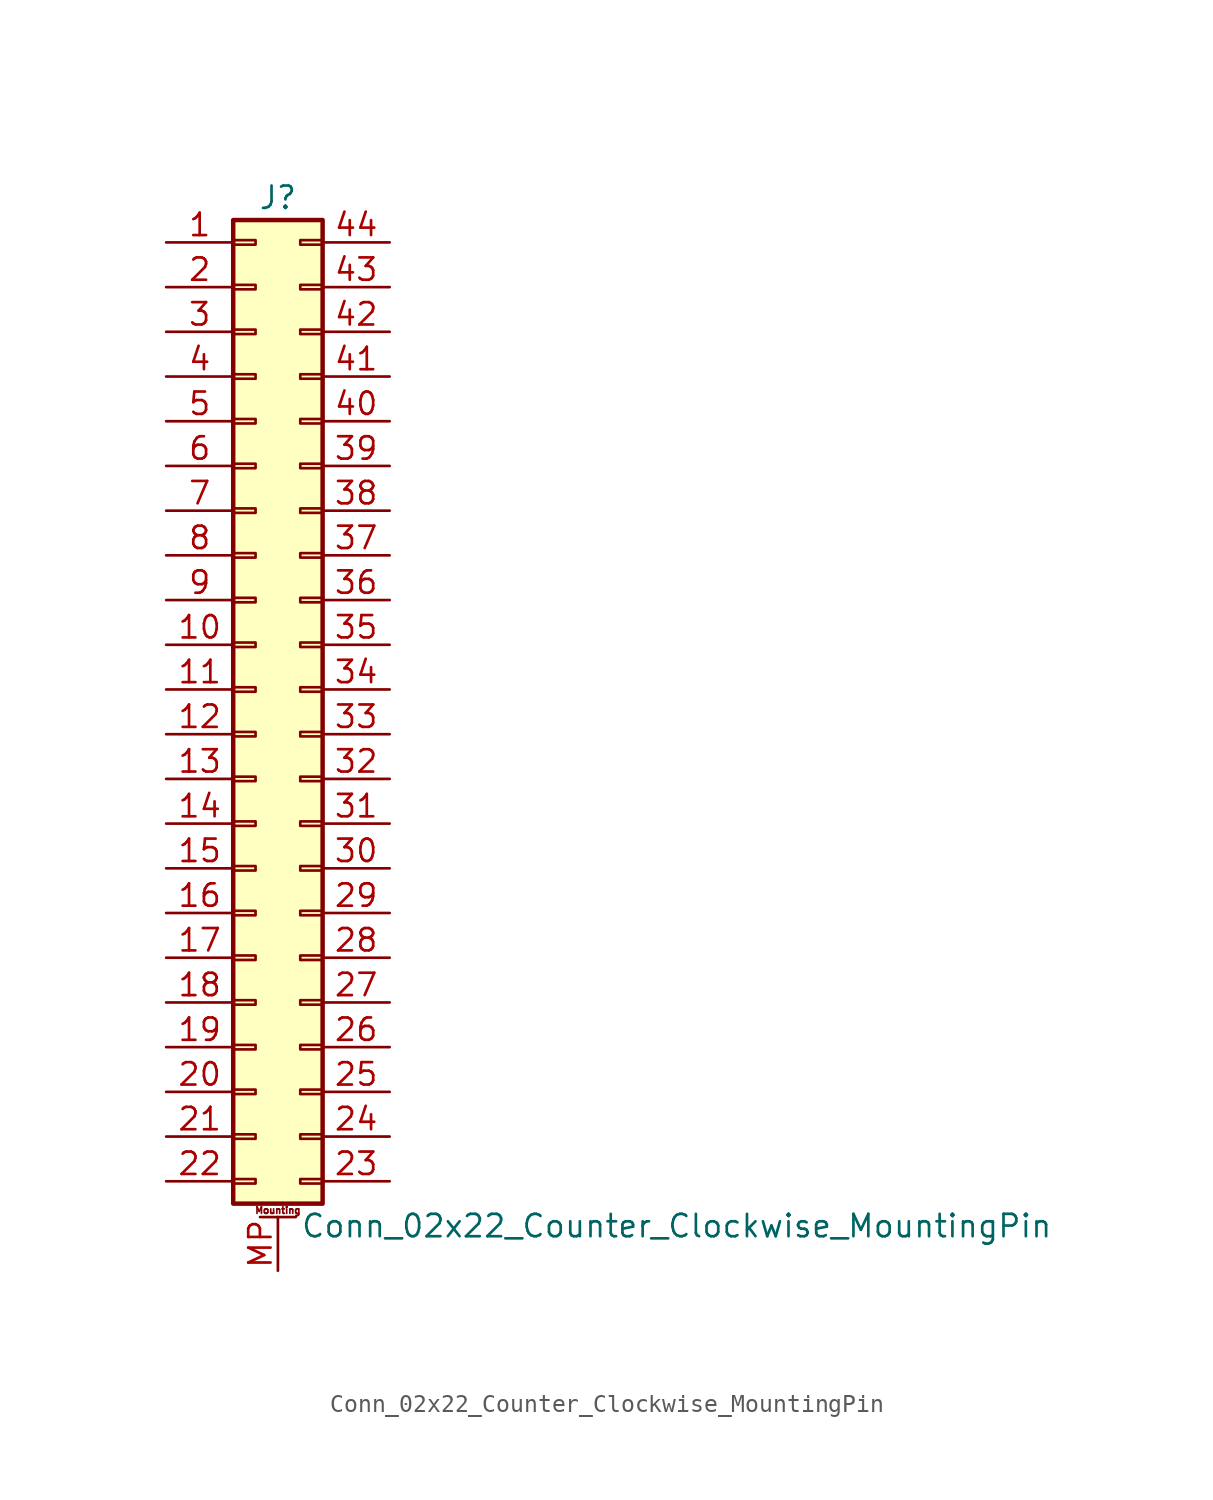
<source format=kicad_sym>
(kicad_symbol_lib
  (version 20201005)
  (generator kicad_symbol_editor)
  (symbol "Conn_02x22_Counter_Clockwise_MountingPin"
    (pin_names
      (offset 1.016) hide)
    (property "Reference" "J"
      (at 1.27 27.94 0)
      (effects (font (size 1.27 1.27))))
    (property "Value" "Conn_02x22_Counter_Clockwise_MountingPin"
      (at 2.54 -30.48 0)
      (effects (font (size 1.27 1.27)) (justify left)))
    (symbol "Conn_02x22_Counter_Clockwise_MountingPin_1_1"
      (text "Mounting" (at 1.27 -29.591 0) (effects (font (size 0.381 0.381))))
      (rectangle (start -1.27 -27.813) (end 0 -28.067) (stroke (width 0.152)) (fill (type none)))
      (rectangle (start -1.27 -25.273) (end 0 -25.527) (stroke (width 0.152)) (fill (type none)))
      (rectangle (start -1.27 -22.733) (end 0 -22.987) (stroke (width 0.152)) (fill (type none)))
      (rectangle (start -1.27 -20.193) (end 0 -20.447) (stroke (width 0.152)) (fill (type none)))
      (rectangle (start -1.27 -17.653) (end 0 -17.907) (stroke (width 0.152)) (fill (type none)))
      (rectangle (start -1.27 -15.113) (end 0 -15.367) (stroke (width 0.152)) (fill (type none)))
      (rectangle (start -1.27 -12.573) (end 0 -12.827) (stroke (width 0.152)) (fill (type none)))
      (rectangle (start -1.27 -10.033) (end 0 -10.287) (stroke (width 0.152)) (fill (type none)))
      (rectangle (start -1.27 -7.493) (end 0 -7.747) (stroke (width 0.152)) (fill (type none)))
      (rectangle (start -1.27 -4.953) (end 0 -5.207) (stroke (width 0.152)) (fill (type none)))
      (rectangle (start -1.27 -2.413) (end 0 -2.667) (stroke (width 0.152)) (fill (type none)))
      (rectangle (start -1.27 0.127) (end 0 -0.127) (stroke (width 0.152)) (fill (type none)))
      (rectangle (start -1.27 2.667) (end 0 2.413) (stroke (width 0.152)) (fill (type none)))
      (rectangle (start -1.27 5.207) (end 0 4.953) (stroke (width 0.152)) (fill (type none)))
      (rectangle (start -1.27 7.747) (end 0 7.493) (stroke (width 0.152)) (fill (type none)))
      (rectangle (start -1.27 10.287) (end 0 10.033) (stroke (width 0.152)) (fill (type none)))
      (rectangle (start -1.27 12.827) (end 0 12.573) (stroke (width 0.152)) (fill (type none)))
      (rectangle (start -1.27 15.367) (end 0 15.113) (stroke (width 0.152)) (fill (type none)))
      (rectangle (start -1.27 17.907) (end 0 17.653) (stroke (width 0.152)) (fill (type none)))
      (rectangle (start -1.27 20.447) (end 0 20.193) (stroke (width 0.152)) (fill (type none)))
      (rectangle (start -1.27 22.987) (end 0 22.733) (stroke (width 0.152)) (fill (type none)))
      (rectangle (start -1.27 25.527) (end 0 25.273) (stroke (width 0.152)) (fill (type none)))
      (rectangle (start 3.81 -27.813) (end 2.54 -28.067) (stroke (width 0.152)) (fill (type none)))
      (rectangle (start 3.81 -25.273) (end 2.54 -25.527) (stroke (width 0.152)) (fill (type none)))
      (rectangle (start 3.81 -22.733) (end 2.54 -22.987) (stroke (width 0.152)) (fill (type none)))
      (rectangle (start 3.81 -20.193) (end 2.54 -20.447) (stroke (width 0.152)) (fill (type none)))
      (rectangle (start 3.81 -17.653) (end 2.54 -17.907) (stroke (width 0.152)) (fill (type none)))
      (rectangle (start 3.81 -15.113) (end 2.54 -15.367) (stroke (width 0.152)) (fill (type none)))
      (rectangle (start 3.81 -12.573) (end 2.54 -12.827) (stroke (width 0.152)) (fill (type none)))
      (rectangle (start 3.81 -10.033) (end 2.54 -10.287) (stroke (width 0.152)) (fill (type none)))
      (rectangle (start 3.81 -7.493) (end 2.54 -7.747) (stroke (width 0.152)) (fill (type none)))
      (rectangle (start 3.81 -4.953) (end 2.54 -5.207) (stroke (width 0.152)) (fill (type none)))
      (rectangle (start 3.81 -2.413) (end 2.54 -2.667) (stroke (width 0.152)) (fill (type none)))
      (rectangle (start 3.81 0.127) (end 2.54 -0.127) (stroke (width 0.152)) (fill (type none)))
      (rectangle (start 3.81 2.667) (end 2.54 2.413) (stroke (width 0.152)) (fill (type none)))
      (rectangle (start 3.81 5.207) (end 2.54 4.953) (stroke (width 0.152)) (fill (type none)))
      (rectangle (start 3.81 7.747) (end 2.54 7.493) (stroke (width 0.152)) (fill (type none)))
      (rectangle (start 3.81 10.287) (end 2.54 10.033) (stroke (width 0.152)) (fill (type none)))
      (rectangle (start 3.81 12.827) (end 2.54 12.573) (stroke (width 0.152)) (fill (type none)))
      (rectangle (start 3.81 15.367) (end 2.54 15.113) (stroke (width 0.152)) (fill (type none)))
      (rectangle (start 3.81 17.907) (end 2.54 17.653) (stroke (width 0.152)) (fill (type none)))
      (rectangle (start 3.81 20.447) (end 2.54 20.193) (stroke (width 0.152)) (fill (type none)))
      (rectangle (start 3.81 22.987) (end 2.54 22.733) (stroke (width 0.152)) (fill (type none)))
      (rectangle (start 3.81 25.527) (end 2.54 25.273) (stroke (width 0.152)) (fill (type none)))
      (rectangle (start -1.27 26.67) (end 3.81 -29.21) (stroke (width 0.254)) (fill (type background)))
      (polyline (pts (xy 0.254 -29.972) (xy 2.286 -29.972)) (stroke (width 0.152)) (fill (type none)))
      (pin passive line (at -5.08 25.4 0) (length 3.81) (name "Pin_1" (effects (font (size 1.27 1.27)))) (number "1" (effects (font (size 1.27 1.27)))))
      (pin passive line (at -5.08 2.54 0) (length 3.81) (name "Pin_10" (effects (font (size 1.27 1.27)))) (number "10" (effects (font (size 1.27 1.27)))))
      (pin passive line (at -5.08 0 0) (length 3.81) (name "Pin_11" (effects (font (size 1.27 1.27)))) (number "11" (effects (font (size 1.27 1.27)))))
      (pin passive line (at -5.08 -2.54 0) (length 3.81) (name "Pin_12" (effects (font (size 1.27 1.27)))) (number "12" (effects (font (size 1.27 1.27)))))
      (pin passive line (at -5.08 -5.08 0) (length 3.81) (name "Pin_13" (effects (font (size 1.27 1.27)))) (number "13" (effects (font (size 1.27 1.27)))))
      (pin passive line (at -5.08 -7.62 0) (length 3.81) (name "Pin_14" (effects (font (size 1.27 1.27)))) (number "14" (effects (font (size 1.27 1.27)))))
      (pin passive line (at -5.08 -10.16 0) (length 3.81) (name "Pin_15" (effects (font (size 1.27 1.27)))) (number "15" (effects (font (size 1.27 1.27)))))
      (pin passive line (at -5.08 -12.7 0) (length 3.81) (name "Pin_16" (effects (font (size 1.27 1.27)))) (number "16" (effects (font (size 1.27 1.27)))))
      (pin passive line (at -5.08 -15.24 0) (length 3.81) (name "Pin_17" (effects (font (size 1.27 1.27)))) (number "17" (effects (font (size 1.27 1.27)))))
      (pin passive line (at -5.08 -17.78 0) (length 3.81) (name "Pin_18" (effects (font (size 1.27 1.27)))) (number "18" (effects (font (size 1.27 1.27)))))
      (pin passive line (at -5.08 -20.32 0) (length 3.81) (name "Pin_19" (effects (font (size 1.27 1.27)))) (number "19" (effects (font (size 1.27 1.27)))))
      (pin passive line (at -5.08 22.86 0) (length 3.81) (name "Pin_2" (effects (font (size 1.27 1.27)))) (number "2" (effects (font (size 1.27 1.27)))))
      (pin passive line (at -5.08 -22.86 0) (length 3.81) (name "Pin_20" (effects (font (size 1.27 1.27)))) (number "20" (effects (font (size 1.27 1.27)))))
      (pin passive line (at -5.08 -25.4 0) (length 3.81) (name "Pin_21" (effects (font (size 1.27 1.27)))) (number "21" (effects (font (size 1.27 1.27)))))
      (pin passive line (at -5.08 -27.94 0) (length 3.81) (name "Pin_22" (effects (font (size 1.27 1.27)))) (number "22" (effects (font (size 1.27 1.27)))))
      (pin passive line (at 7.62 -27.94 180) (length 3.81) (name "Pin_23" (effects (font (size 1.27 1.27)))) (number "23" (effects (font (size 1.27 1.27)))))
      (pin passive line (at 7.62 -25.4 180) (length 3.81) (name "Pin_24" (effects (font (size 1.27 1.27)))) (number "24" (effects (font (size 1.27 1.27)))))
      (pin passive line (at 7.62 -22.86 180) (length 3.81) (name "Pin_25" (effects (font (size 1.27 1.27)))) (number "25" (effects (font (size 1.27 1.27)))))
      (pin passive line (at 7.62 -20.32 180) (length 3.81) (name "Pin_26" (effects (font (size 1.27 1.27)))) (number "26" (effects (font (size 1.27 1.27)))))
      (pin passive line (at 7.62 -17.78 180) (length 3.81) (name "Pin_27" (effects (font (size 1.27 1.27)))) (number "27" (effects (font (size 1.27 1.27)))))
      (pin passive line (at 7.62 -15.24 180) (length 3.81) (name "Pin_28" (effects (font (size 1.27 1.27)))) (number "28" (effects (font (size 1.27 1.27)))))
      (pin passive line (at 7.62 -12.7 180) (length 3.81) (name "Pin_29" (effects (font (size 1.27 1.27)))) (number "29" (effects (font (size 1.27 1.27)))))
      (pin passive line (at -5.08 20.32 0) (length 3.81) (name "Pin_3" (effects (font (size 1.27 1.27)))) (number "3" (effects (font (size 1.27 1.27)))))
      (pin passive line (at 7.62 -10.16 180) (length 3.81) (name "Pin_30" (effects (font (size 1.27 1.27)))) (number "30" (effects (font (size 1.27 1.27)))))
      (pin passive line (at 7.62 -7.62 180) (length 3.81) (name "Pin_31" (effects (font (size 1.27 1.27)))) (number "31" (effects (font (size 1.27 1.27)))))
      (pin passive line (at 7.62 -5.08 180) (length 3.81) (name "Pin_32" (effects (font (size 1.27 1.27)))) (number "32" (effects (font (size 1.27 1.27)))))
      (pin passive line (at 7.62 -2.54 180) (length 3.81) (name "Pin_33" (effects (font (size 1.27 1.27)))) (number "33" (effects (font (size 1.27 1.27)))))
      (pin passive line (at 7.62 0 180) (length 3.81) (name "Pin_34" (effects (font (size 1.27 1.27)))) (number "34" (effects (font (size 1.27 1.27)))))
      (pin passive line (at 7.62 2.54 180) (length 3.81) (name "Pin_35" (effects (font (size 1.27 1.27)))) (number "35" (effects (font (size 1.27 1.27)))))
      (pin passive line (at 7.62 5.08 180) (length 3.81) (name "Pin_36" (effects (font (size 1.27 1.27)))) (number "36" (effects (font (size 1.27 1.27)))))
      (pin passive line (at 7.62 7.62 180) (length 3.81) (name "Pin_37" (effects (font (size 1.27 1.27)))) (number "37" (effects (font (size 1.27 1.27)))))
      (pin passive line (at 7.62 10.16 180) (length 3.81) (name "Pin_38" (effects (font (size 1.27 1.27)))) (number "38" (effects (font (size 1.27 1.27)))))
      (pin passive line (at 7.62 12.7 180) (length 3.81) (name "Pin_39" (effects (font (size 1.27 1.27)))) (number "39" (effects (font (size 1.27 1.27)))))
      (pin passive line (at -5.08 17.78 0) (length 3.81) (name "Pin_4" (effects (font (size 1.27 1.27)))) (number "4" (effects (font (size 1.27 1.27)))))
      (pin passive line (at 7.62 15.24 180) (length 3.81) (name "Pin_40" (effects (font (size 1.27 1.27)))) (number "40" (effects (font (size 1.27 1.27)))))
      (pin passive line (at 7.62 17.78 180) (length 3.81) (name "Pin_41" (effects (font (size 1.27 1.27)))) (number "41" (effects (font (size 1.27 1.27)))))
      (pin passive line (at 7.62 20.32 180) (length 3.81) (name "Pin_42" (effects (font (size 1.27 1.27)))) (number "42" (effects (font (size 1.27 1.27)))))
      (pin passive line (at 7.62 22.86 180) (length 3.81) (name "Pin_43" (effects (font (size 1.27 1.27)))) (number "43" (effects (font (size 1.27 1.27)))))
      (pin passive line (at 7.62 25.4 180) (length 3.81) (name "Pin_44" (effects (font (size 1.27 1.27)))) (number "44" (effects (font (size 1.27 1.27)))))
      (pin passive line (at -5.08 15.24 0) (length 3.81) (name "Pin_5" (effects (font (size 1.27 1.27)))) (number "5" (effects (font (size 1.27 1.27)))))
      (pin passive line (at -5.08 12.7 0) (length 3.81) (name "Pin_6" (effects (font (size 1.27 1.27)))) (number "6" (effects (font (size 1.27 1.27)))))
      (pin passive line (at -5.08 10.16 0) (length 3.81) (name "Pin_7" (effects (font (size 1.27 1.27)))) (number "7" (effects (font (size 1.27 1.27)))))
      (pin passive line (at -5.08 7.62 0) (length 3.81) (name "Pin_8" (effects (font (size 1.27 1.27)))) (number "8" (effects (font (size 1.27 1.27)))))
      (pin passive line (at -5.08 5.08 0) (length 3.81) (name "Pin_9" (effects (font (size 1.27 1.27)))) (number "9" (effects (font (size 1.27 1.27)))))
      (pin passive line (at 1.27 -33.02 90) (length 3.048) (name "MountPin" (effects (font (size 1.27 1.27)))) (number "MP" (effects (font (size 1.27 1.27))))))))
</source>
